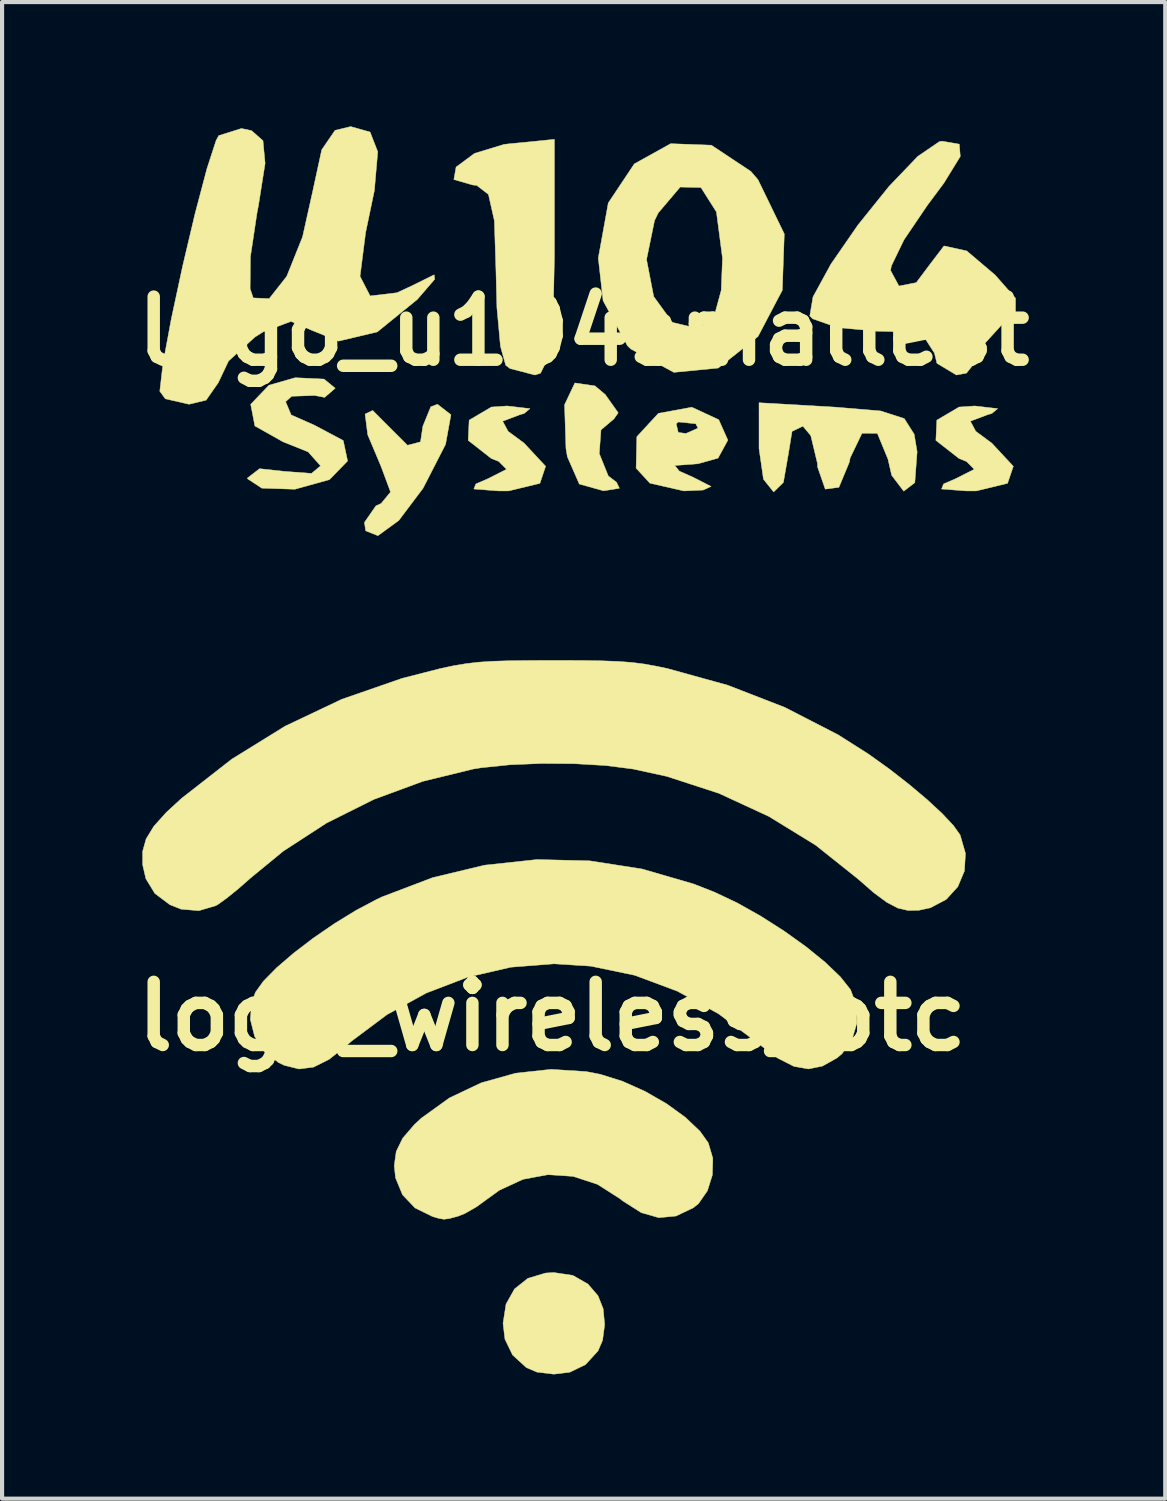
<source format=kicad_pcb>
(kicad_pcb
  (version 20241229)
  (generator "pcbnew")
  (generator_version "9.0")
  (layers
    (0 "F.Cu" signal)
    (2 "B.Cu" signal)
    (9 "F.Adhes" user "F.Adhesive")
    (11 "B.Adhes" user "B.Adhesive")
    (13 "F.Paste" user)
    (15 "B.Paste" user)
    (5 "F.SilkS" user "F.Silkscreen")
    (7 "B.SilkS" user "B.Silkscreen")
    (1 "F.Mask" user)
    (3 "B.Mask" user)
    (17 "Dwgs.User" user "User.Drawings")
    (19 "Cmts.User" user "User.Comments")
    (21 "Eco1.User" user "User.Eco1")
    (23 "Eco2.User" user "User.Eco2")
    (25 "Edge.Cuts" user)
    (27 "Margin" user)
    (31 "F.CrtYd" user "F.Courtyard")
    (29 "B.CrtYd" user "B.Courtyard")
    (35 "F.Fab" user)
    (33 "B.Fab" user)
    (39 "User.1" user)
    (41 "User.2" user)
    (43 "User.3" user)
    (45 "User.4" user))
  (footprint "logo_wireless_btc"
    (layer "F.Cu")
    (at 10.276 21.484)
    (property "Reference" "logo_wireless_btc" (at 0 0 0) (layer "F.SilkS") (effects (font (size 1.524 1.524) (thickness 0.3))))
    (attr through_hole)
    (fp_poly (pts (xy 0.499 6.25) (xy 0.865 6.459) (xy 1.109 6.743) (xy 1.233 7.056) (xy 1.269 7.439) (xy 1.219 7.817) (xy 1.109 8.074) (xy 0.806 8.405) (xy 0.425 8.589) (xy 0.042 8.635) (xy -0.368 8.585) (xy -0.623 8.475) (xy -0.954 8.172) (xy -1.138 7.791) (xy -1.184 7.408) (xy -1.112 6.945) (xy -0.907 6.578) (xy -0.584 6.322) (xy -0.158 6.194) (xy 0.042 6.182) (xy 0.499 6.25)) (stroke (width 0.01) (type solid)) (fill yes) (layer "F.SilkS"))
    (fp_poly (pts (xy 0.83 1.332) (xy 1.164 1.397) (xy 1.702 1.566) (xy 2.247 1.81) (xy 2.763 2.107) (xy 3.216 2.435) (xy 3.57 2.771) (xy 3.771 3.053) (xy 3.88 3.424) (xy 3.869 3.827) (xy 3.749 4.21) (xy 3.534 4.519) (xy 3.411 4.618) (xy 2.992 4.818) (xy 2.576 4.858) (xy 2.151 4.736) (xy 1.702 4.451) (xy 1.638 4.399) (xy 1.097 4.054) (xy 0.509 3.861) (xy -0.1 3.82) (xy -0.702 3.932) (xy -1.271 4.195) (xy -1.552 4.398) (xy -1.827 4.598) (xy -2.107 4.758) (xy -2.271 4.823) (xy -2.484 4.88) (xy -2.614 4.896) (xy -2.744 4.872) (xy -2.886 4.83) (xy -3.308 4.623) (xy -3.611 4.305) (xy -3.779 3.896) (xy -3.81 3.602) (xy -3.762 3.259) (xy -3.606 2.939) (xy -3.321 2.608) (xy -3.157 2.456) (xy -2.478 1.967) (xy -1.709 1.602) (xy -0.88 1.37) (xy -0.023 1.277) (xy 0.83 1.332)) (stroke (width 0.01) (type solid)) (fill yes) (layer "F.SilkS"))
    (fp_poly (pts (xy 0.905 -3.756) (xy 2.167 -3.56) (xy 3.412 -3.199) (xy 3.92 -3) (xy 4.467 -2.741) (xy 5.037 -2.421) (xy 5.602 -2.06) (xy 6.13 -1.682) (xy 6.593 -1.306) (xy 6.96 -0.954) (xy 7.202 -0.648) (xy 7.204 -0.646) (xy 7.349 -0.258) (xy 7.357 0.162) (xy 7.237 0.564) (xy 6.999 0.9) (xy 6.875 1.004) (xy 6.527 1.199) (xy 6.189 1.268) (xy 5.837 1.206) (xy 5.448 1.008) (xy 4.997 0.67) (xy 4.956 0.635) (xy 4.015 -0.065) (xy 3.026 -0.608) (xy 1.998 -0.992) (xy 0.937 -1.213) (xy 0.042 -1.27) (xy -0.996 -1.188) (xy -2.032 -0.949) (xy -3.037 -0.564) (xy -3.985 -0.043) (xy -4.848 0.602) (xy -4.963 0.704) (xy -5.383 1.037) (xy -5.757 1.224) (xy -6.109 1.269) (xy -6.466 1.18) (xy -6.605 1.113) (xy -6.949 0.844) (xy -7.18 0.483) (xy -7.284 0.071) (xy -7.249 -0.35) (xy -7.159 -0.585) (xy -6.967 -0.852) (xy -6.652 -1.172) (xy -6.242 -1.525) (xy -5.766 -1.889) (xy -5.252 -2.242) (xy -4.728 -2.563) (xy -4.223 -2.83) (xy -4.106 -2.885) (xy -2.881 -3.351) (xy -1.629 -3.651) (xy -0.364 -3.787) (xy 0.905 -3.756)) (stroke (width 0.01) (type solid)) (fill yes) (layer "F.SilkS"))
    (fp_poly (pts (xy 0.685 -8.592) (xy 1.191 -8.584) (xy 1.595 -8.569) (xy 1.929 -8.544) (xy 2.226 -8.506) (xy 2.521 -8.453) (xy 2.781 -8.398) (xy 4.238 -7.995) (xy 5.619 -7.459) (xy 6.904 -6.798) (xy 7.632 -6.336) (xy 8.134 -5.977) (xy 8.614 -5.603) (xy 9.05 -5.236) (xy 9.416 -4.897) (xy 9.689 -4.606) (xy 9.846 -4.385) (xy 9.851 -4.375) (xy 9.978 -3.935) (xy 9.953 -3.51) (xy 9.793 -3.13) (xy 9.514 -2.824) (xy 9.132 -2.622) (xy 8.854 -2.562) (xy 8.593 -2.557) (xy 8.346 -2.615) (xy 8.079 -2.754) (xy 7.763 -2.988) (xy 7.386 -3.317) (xy 6.361 -4.134) (xy 5.233 -4.827) (xy 4.028 -5.384) (xy 2.769 -5.794) (xy 1.947 -5.973) (xy 1.294 -6.056) (xy 0.541 -6.1) (xy -0.251 -6.106) (xy -1.02 -6.074) (xy -1.707 -6.003) (xy -1.905 -5.971) (xy -3.118 -5.675) (xy -4.308 -5.236) (xy -5.442 -4.669) (xy -6.488 -3.99) (xy -7.278 -3.341) (xy -7.568 -3.086) (xy -7.842 -2.864) (xy -8.057 -2.708) (xy -8.119 -2.672) (xy -8.527 -2.552) (xy -8.956 -2.589) (xy -9.227 -2.697) (xy -9.588 -2.968) (xy -9.806 -3.325) (xy -9.883 -3.661) (xy -9.884 -3.983) (xy -9.8 -4.283) (xy -9.614 -4.589) (xy -9.311 -4.926) (xy -8.941 -5.266) (xy -7.73 -6.211) (xy -6.443 -7.007) (xy -5.075 -7.656) (xy -3.619 -8.161) (xy -2.694 -8.398) (xy -2.378 -8.465) (xy -2.086 -8.514) (xy -1.784 -8.55) (xy -1.439 -8.573) (xy -1.018 -8.586) (xy -0.487 -8.592) (xy 0.042 -8.594) (xy 0.685 -8.592)) (stroke (width 0.01) (type solid)) (fill yes) (layer "F.SilkS")))
  (footprint "logo_u104smallest"
    (layer "F.Cu")
    (at 11.038 4.944)
    (property "Reference" "logo_u104smallest" (at 0 0 0) (layer "F.SilkS") (effects (font (size 1.524 1.524) (thickness 0.3))))
    (attr through_hole)
    (fp_poly (pts (xy 0.272 1.32) (xy 0.522 1.53) (xy 0.834 1.97) (xy 0.731 2.117) (xy 0.418 2.383) (xy 0.377 2.955) (xy 0.595 3.495) (xy 0.794 3.647) (xy 0.863 3.792) (xy 0.481 3.853) (xy -0.105 3.69) (xy -0.393 3.032) (xy -0.427 2.83) (xy -0.461 1.775) (xy -0.212 1.25) (xy 0.272 1.32)) (stroke (width 0.01) (type solid)) (fill yes) (layer "F.SilkS"))
    (fp_poly (pts (xy -3.203 2.017) (xy -3.333 2.732) (xy -3.877 3.792) (xy -4.462 4.569) (xy -4.966 4.936) (xy -5.261 4.819) (xy -5.292 4.616) (xy -5.015 4.217) (xy -4.888 4.158) (xy -4.661 3.882) (xy -4.888 3.27) (xy -5.212 2.501) (xy -5.276 2) (xy -5.092 1.913) (xy -4.801 2.205) (xy -4.251 2.754) (xy -3.938 2.671) (xy -3.881 2.293) (xy -3.69 1.824) (xy -3.528 1.764) (xy -3.203 2.017)) (stroke (width 0.01) (type solid)) (fill yes) (layer "F.SilkS"))
    (fp_poly (pts (xy -1.296 1.869) (xy -1.439 1.988) (xy -1.532 2.013) (xy -1.955 2.173) (xy -1.824 2.417) (xy -1.438 2.702) (xy -0.918 3.261) (xy -1.056 3.673) (xy -1.81 3.855) (xy -2.049 3.856) (xy -2.651 3.81) (xy -2.601 3.686) (xy -2.319 3.565) (xy -1.861 3.333) (xy -2.047 3.146) (xy -2.231 3.071) (xy -2.787 2.636) (xy -2.764 2.147) (xy -2.227 1.831) (xy -1.852 1.805) (xy -1.296 1.869)) (stroke (width 0.01) (type solid)) (fill yes) (layer "F.SilkS"))
    (fp_poly (pts (xy -0.706 -1.786) (xy -0.737 -0.285) (xy -0.844 0.615) (xy -1.041 1.015) (xy -1.176 1.058) (xy -1.776 0.902) (xy -1.881 0.823) (xy -2.008 0.368) (xy -2.094 -0.566) (xy -2.117 -1.47) (xy -2.155 -2.665) (xy -2.298 -3.301) (xy -2.583 -3.521) (xy -2.675 -3.528) (xy -3.133 -3.66) (xy -3.079 -3.962) (xy -2.634 -4.292) (xy -1.921 -4.509) (xy -1.825 -4.52) (xy -0.706 -4.631) (xy -0.706 -1.786)) (stroke (width 0.01) (type solid)) (fill yes) (layer "F.SilkS"))
    (fp_poly (pts (xy 9.993 1.869) (xy 9.85 1.988) (xy 9.757 2.013) (xy 9.334 2.173) (xy 9.465 2.417) (xy 9.851 2.702) (xy 10.371 3.261) (xy 10.232 3.673) (xy 9.479 3.855) (xy 9.24 3.856) (xy 8.638 3.81) (xy 8.688 3.686) (xy 8.97 3.565) (xy 9.428 3.333) (xy 9.242 3.146) (xy 9.058 3.071) (xy 8.502 2.636) (xy 8.525 2.147) (xy 9.062 1.831) (xy 9.437 1.805) (xy 9.993 1.869)) (stroke (width 0.01) (type solid)) (fill yes) (layer "F.SilkS"))
    (fp_poly (pts (xy 3.261 2.137) (xy 3.481 2.63) (xy 3.244 3.064) (xy 2.76 3.2) (xy 2.199 3.242) (xy 2.309 3.377) (xy 2.646 3.528) (xy 3.075 3.747) (xy 2.884 3.835) (xy 2.419 3.856) (xy 1.599 3.669) (xy 1.266 3.307) (xy 1.284 2.547) (xy 1.572 2.234) (xy 2.234 2.234) (xy 2.283 2.444) (xy 2.469 2.469) (xy 2.76 2.34) (xy 2.705 2.234) (xy 2.286 2.192) (xy 2.234 2.234) (xy 1.572 2.234) (xy 1.804 1.983) (xy 2.611 1.835) (xy 3.261 2.137)) (stroke (width 0.01) (type solid)) (fill yes) (layer "F.SilkS"))
    (fp_poly (pts (xy -6.266 1.156) (xy -5.997 1.377) (xy -6.252 1.598) (xy -6.491 1.552) (xy -7.048 1.571) (xy -7.194 1.702) (xy -7.06 2.021) (xy -6.501 2.268) (xy -5.803 2.639) (xy -5.698 3.133) (xy -6.135 3.583) (xy -6.97 3.815) (xy -7.768 3.789) (xy -8.113 3.563) (xy -8.114 3.543) (xy -7.823 3.319) (xy -7.232 3.383) (xy -6.569 3.433) (xy -6.35 3.251) (xy -6.65 2.914) (xy -7.255 2.671) (xy -7.936 2.288) (xy -8.037 1.765) (xy -7.596 1.304) (xy -6.964 1.123) (xy -6.266 1.156)) (stroke (width 0.01) (type solid)) (fill yes) (layer "F.SilkS"))
    (fp_poly (pts (xy 6.085 1.834) (xy 7.171 1.926) (xy 7.739 2.109) (xy 7.978 2.487) (xy 8.049 2.91) (xy 7.994 3.656) (xy 7.726 3.862) (xy 7.435 3.479) (xy 7.345 3.087) (xy 7.089 2.466) (xy 6.719 2.463) (xy 6.432 3.061) (xy 6.414 3.161) (xy 6.161 3.769) (xy 5.831 3.812) (xy 5.646 3.278) (xy 5.644 3.196) (xy 5.482 2.52) (xy 5.292 2.293) (xy 5.03 2.418) (xy 4.939 2.978) (xy 4.821 3.651) (xy 4.586 3.881) (xy 4.34 3.574) (xy 4.233 2.832) (xy 4.233 2.804) (xy 4.233 1.727) (xy 6.085 1.834)) (stroke (width 0.01) (type solid)) (fill yes) (layer "F.SilkS"))
    (fp_poly (pts (xy 3.084 -4.489) (xy 4.036 -3.857) (xy 4.208 -3.657) (xy 4.843 -2.348) (xy 4.795 -0.988) (xy 4.208 0.129) (xy 3.248 0.89) (xy 2.177 0.994) (xy 1.138 0.43) (xy 1.058 0.353) (xy 0.469 -0.736) (xy 0.357 -1.73) (xy 1.518 -1.73) (xy 1.691 -0.836) (xy 2.144 -0.212) (xy 2.738 -0.068) (xy 3.139 -0.321) (xy 3.321 -0.989) (xy 3.351 -1.764) (xy 3.205 -2.878) (xy 2.831 -3.468) (xy 2.33 -3.479) (xy 1.801 -2.855) (xy 1.711 -2.671) (xy 1.518 -1.73) (xy 0.357 -1.73) (xy 0.353 -1.764) (xy 0.594 -3.095) (xy 1.223 -4.039) (xy 2.1 -4.526) (xy 3.084 -4.489)) (stroke (width 0.01) (type solid)) (fill yes) (layer "F.SilkS"))
    (fp_poly (pts (xy 9.067 -4.514) (xy 9.091 -4.218) (xy 8.697 -3.577) (xy 8.29 -3.03) (xy 7.733 -2.207) (xy 7.428 -1.577) (xy 7.408 -1.466) (xy 7.611 -1.09) (xy 8.028 -1.172) (xy 8.339 -1.587) (xy 8.698 -2.058) (xy 9.246 -1.938) (xy 9.931 -1.357) (xy 10.424 -0.796) (xy 10.423 -0.449) (xy 10.108 -0.172) (xy 9.626 0.357) (xy 9.525 0.656) (xy 9.24 1.013) (xy 8.996 1.058) (xy 8.528 0.776) (xy 8.467 0.529) (xy 8.23 0.159) (xy 7.449 0.008) (xy 7.076 0) (xy 6.134 -0.086) (xy 5.527 -0.299) (xy 5.458 -0.368) (xy 5.536 -0.828) (xy 5.969 -1.62) (xy 6.624 -2.567) (xy 7.368 -3.492) (xy 8.066 -4.221) (xy 8.586 -4.576) (xy 8.654 -4.586) (xy 9.067 -4.514)) (stroke (width 0.01) (type solid)) (fill yes) (layer "F.SilkS"))
    (fp_poly (pts (xy -5.155 -4.807) (xy -4.97 -4.332) (xy -5.051 -3.396) (xy -5.263 -2.379) (xy -5.398 -1.324) (xy -5.154 -0.851) (xy -4.506 -0.928) (xy -4.152 -1.093) (xy -3.608 -1.362) (xy -3.596 -1.253) (xy -4.015 -0.766) (xy -4.981 0.018) (xy -5.918 0.24) (xy -6.542 -0.013) (xy -7.063 -0.236) (xy -7.731 0.014) (xy -7.936 0.143) (xy -8.571 0.719) (xy -8.819 1.243) (xy -9.113 1.665) (xy -9.525 1.764) (xy -10.098 1.632) (xy -10.231 1.449) (xy -10.154 0.784) (xy -9.955 -0.289) (xy -9.681 -1.566) (xy -9.378 -2.846) (xy -9.092 -3.927) (xy -8.872 -4.604) (xy -8.808 -4.721) (xy -8.26 -4.893) (xy -8.016 -4.841) (xy -7.74 -4.598) (xy -7.689 -4.051) (xy -7.851 -3.024) (xy -7.883 -2.863) (xy -8.043 -1.798) (xy -8.051 -1.026) (xy -7.976 -0.803) (xy -7.59 -0.786) (xy -7.167 -1.324) (xy -6.785 -2.277) (xy -6.542 -3.367) (xy -6.322 -4.38) (xy -6.001 -4.848) (xy -5.623 -4.939) (xy -5.155 -4.807)) (stroke (width 0.01) (type solid)) (fill yes) (layer "F.SilkS")))
  (gr_rect
    (start -3 -3)
    (end 25.076 33.124)
    (stroke (width 0.1) (type default))
    (fill no)
    (layer "Edge.Cuts")))
</source>
